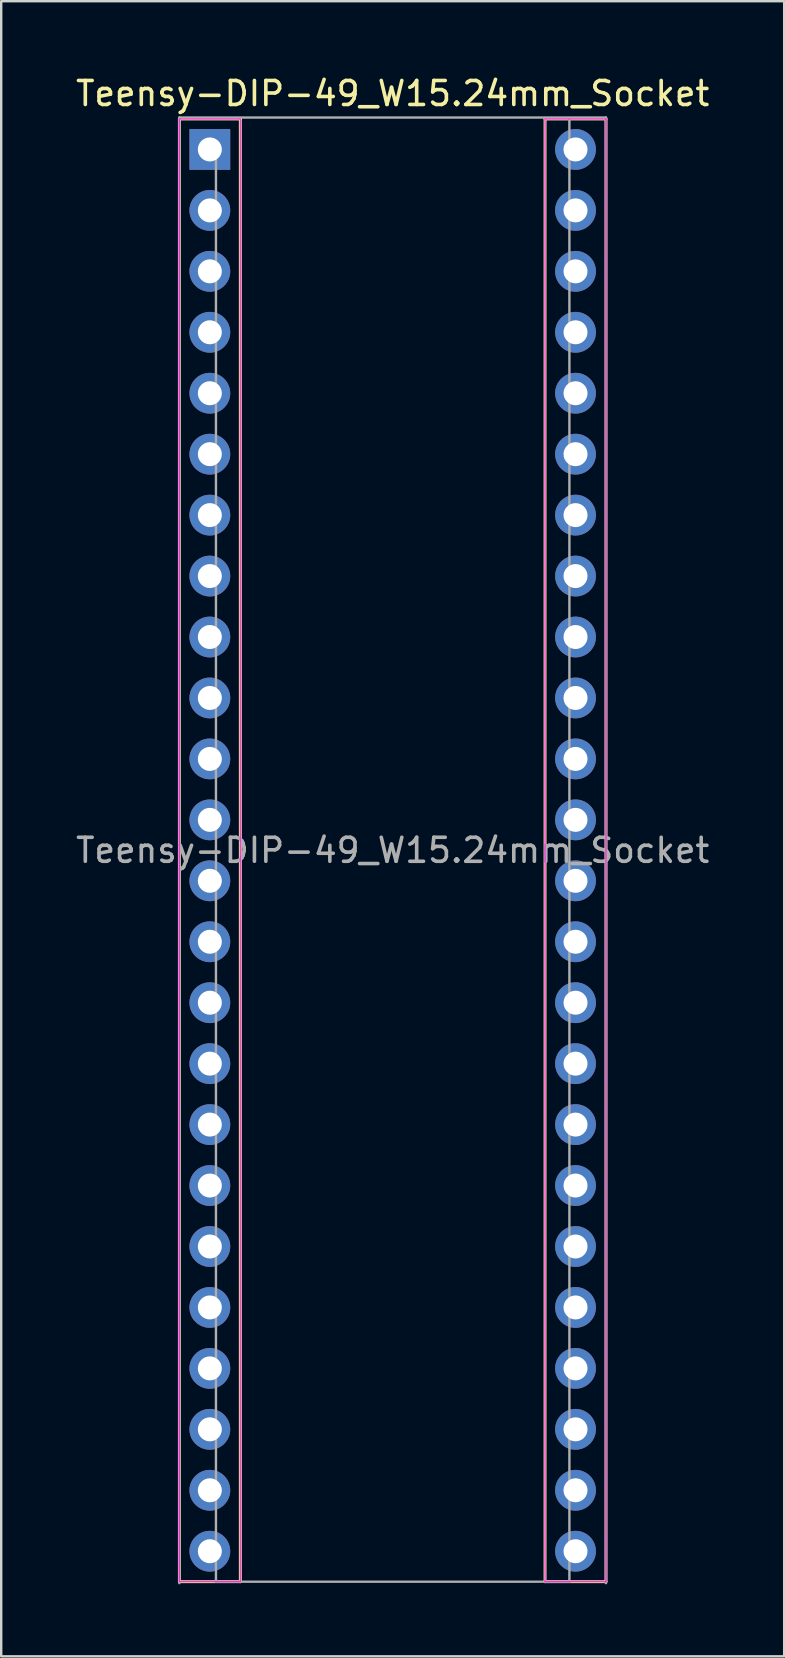
<source format=kicad_pcb>
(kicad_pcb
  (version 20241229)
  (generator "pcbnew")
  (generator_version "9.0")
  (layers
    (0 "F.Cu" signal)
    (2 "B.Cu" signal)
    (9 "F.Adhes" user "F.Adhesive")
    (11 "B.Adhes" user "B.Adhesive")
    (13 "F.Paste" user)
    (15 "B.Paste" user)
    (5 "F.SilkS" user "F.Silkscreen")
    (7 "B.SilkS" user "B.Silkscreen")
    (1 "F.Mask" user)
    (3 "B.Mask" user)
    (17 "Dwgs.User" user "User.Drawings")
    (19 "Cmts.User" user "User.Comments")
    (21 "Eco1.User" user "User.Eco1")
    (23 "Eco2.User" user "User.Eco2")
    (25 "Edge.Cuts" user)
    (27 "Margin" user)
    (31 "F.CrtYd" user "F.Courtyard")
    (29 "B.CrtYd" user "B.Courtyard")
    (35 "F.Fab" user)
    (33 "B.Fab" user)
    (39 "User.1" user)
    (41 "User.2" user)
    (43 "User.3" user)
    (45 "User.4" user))
  (footprint "Teensy-DIP-49_W15.24mm_Socket"
    (layer "F.Cu")
    (at 5.695 3.178)
    (property "Reference" "Teensy-DIP-49_W15.24mm_Socket" (at 7.62 -2.33 0) (layer "F.SilkS") (effects (font (size 1 1) (thickness 0.15))))
    (attr through_hole)
    (fp_line (start -1.27 -1.27) (end -1.27 59.69) (stroke (width 0.12) (type solid)) (layer "F.SilkS"))
    (fp_line (start -1.27 59.69) (end 1.27 59.69) (stroke (width 0.12) (type solid)) (layer "F.SilkS"))
    (fp_line (start 1.27 -1.27) (end -1.27 -1.27) (stroke (width 0.12) (type solid)) (layer "F.SilkS"))
    (fp_line (start 1.27 59.69) (end 1.27 -1.27) (stroke (width 0.12) (type solid)) (layer "F.SilkS"))
    (fp_line (start 13.97 -1.27) (end 16.51 -1.27) (stroke (width 0.12) (type solid)) (layer "F.SilkS"))
    (fp_line (start 13.97 59.69) (end 13.97 -1.27) (stroke (width 0.12) (type solid)) (layer "F.SilkS"))
    (fp_line (start 16.51 -1.27) (end 16.51 59.69) (stroke (width 0.12) (type solid)) (layer "F.SilkS"))
    (fp_line (start 16.51 59.69) (end 13.97 59.69) (stroke (width 0.12) (type solid)) (layer "F.SilkS"))
    (fp_line (start 13.97 -1.27) (end 13.97 59.69) (stroke (width 0.05) (type solid)) (layer "F.CrtYd"))
    (fp_line (start 13.97 59.69) (end 16.51 59.69) (stroke (width 0.05) (type solid)) (layer "F.CrtYd"))
    (fp_line (start 16.51 -1.27) (end 13.97 -1.27) (stroke (width 0.05) (type solid)) (layer "F.CrtYd"))
    (fp_line (start 16.51 59.69) (end 16.51 -1.27) (stroke (width 0.05) (type solid)) (layer "F.CrtYd"))
    (fp_rect (start -1.27 -1.27) (end 1.27 59.69) (stroke (width 0.05) (type solid)) (fill no) (layer "F.CrtYd"))
    (fp_line (start -1.27 -1.33) (end -1.27 59.75) (stroke (width 0.1) (type solid)) (layer "F.Fab"))
    (fp_line (start 0.255 59.69) (end 0.255 -0.27) (stroke (width 0.1) (type solid)) (layer "F.Fab"))
    (fp_line (start 14.985 -1.27) (end 14.985 59.69) (stroke (width 0.1) (type solid)) (layer "F.Fab"))
    (fp_line (start 14.985 59.69) (end 0.255 59.69) (stroke (width 0.1) (type solid)) (layer "F.Fab"))
    (fp_line (start 16.51 -1.33) (end -1.27 -1.33) (stroke (width 0.1) (type solid)) (layer "F.Fab"))
    (fp_line (start 16.51 59.75) (end 16.51 -1.33) (stroke (width 0.1) (type solid)) (layer "F.Fab"))
    (fp_text user "${REFERENCE}" (at 7.62 29.21 0) (layer "F.Fab") (effects (font (size 1 1) (thickness 0.15))))
    (pad "1" thru_hole rect (at 0 0) (size 1.7 1.7) (drill 1) (layers "*.Cu" "*.Mask"))
    (pad "2" thru_hole circle (at 0 2.54) (size 1.7 1.7) (drill 1) (layers "*.Cu" "*.Mask"))
    (pad "3" thru_hole circle (at 0 5.08) (size 1.7 1.7) (drill 1) (layers "*.Cu" "*.Mask"))
    (pad "4" thru_hole circle (at 0 7.62) (size 1.7 1.7) (drill 1) (layers "*.Cu" "*.Mask"))
    (pad "5" thru_hole circle (at 0 10.16) (size 1.7 1.7) (drill 1) (layers "*.Cu" "*.Mask"))
    (pad "6" thru_hole circle (at 0 12.7) (size 1.7 1.7) (drill 1) (layers "*.Cu" "*.Mask"))
    (pad "7" thru_hole circle (at 0 15.24) (size 1.7 1.7) (drill 1) (layers "*.Cu" "*.Mask"))
    (pad "8" thru_hole circle (at 0 17.78) (size 1.7 1.7) (drill 1) (layers "*.Cu" "*.Mask"))
    (pad "9" thru_hole circle (at 0 20.32) (size 1.7 1.7) (drill 1) (layers "*.Cu" "*.Mask"))
    (pad "10" thru_hole circle (at 0 22.86) (size 1.7 1.7) (drill 1) (layers "*.Cu" "*.Mask"))
    (pad "11" thru_hole circle (at 0 25.4) (size 1.7 1.7) (drill 1) (layers "*.Cu" "*.Mask"))
    (pad "12" thru_hole circle (at 0 27.94) (size 1.7 1.7) (drill 1) (layers "*.Cu" "*.Mask"))
    (pad "13" thru_hole circle (at 0 30.48) (size 1.7 1.7) (drill 1) (layers "*.Cu" "*.Mask"))
    (pad "14" thru_hole circle (at 0 33.02) (size 1.7 1.7) (drill 1) (layers "*.Cu" "*.Mask"))
    (pad "15" thru_hole circle (at 0 35.56) (size 1.7 1.7) (drill 1) (layers "*.Cu" "*.Mask"))
    (pad "16" thru_hole circle (at 0 38.1) (size 1.7 1.7) (drill 1) (layers "*.Cu" "*.Mask"))
    (pad "17" thru_hole circle (at 0 40.64) (size 1.7 1.7) (drill 1) (layers "*.Cu" "*.Mask"))
    (pad "18" thru_hole circle (at 0 43.18) (size 1.7 1.7) (drill 1) (layers "*.Cu" "*.Mask"))
    (pad "19" thru_hole circle (at 0 45.72) (size 1.7 1.7) (drill 1) (layers "*.Cu" "*.Mask"))
    (pad "20" thru_hole circle (at 0 48.26) (size 1.7 1.7) (drill 1) (layers "*.Cu" "*.Mask"))
    (pad "21" thru_hole circle (at 0 50.8) (size 1.7 1.7) (drill 1) (layers "*.Cu" "*.Mask"))
    (pad "22" thru_hole circle (at 0 53.34) (size 1.7 1.7) (drill 1) (layers "*.Cu" "*.Mask"))
    (pad "23" thru_hole circle (at 0 55.88) (size 1.7 1.7) (drill 1) (layers "*.Cu" "*.Mask"))
    (pad "24" thru_hole circle (at 0 58.42) (size 1.7 1.7) (drill 1) (layers "*.Cu" "*.Mask"))
    (pad "25" thru_hole circle (at 15.24 58.42) (size 1.7 1.7) (drill 1) (layers "*.Cu" "*.Mask"))
    (pad "26" thru_hole circle (at 15.24 55.88) (size 1.7 1.7) (drill 1) (layers "*.Cu" "*.Mask"))
    (pad "27" thru_hole circle (at 15.24 53.34) (size 1.7 1.7) (drill 1) (layers "*.Cu" "*.Mask"))
    (pad "28" thru_hole circle (at 15.24 50.8) (size 1.7 1.7) (drill 1) (layers "*.Cu" "*.Mask"))
    (pad "29" thru_hole circle (at 15.24 48.26) (size 1.7 1.7) (drill 1) (layers "*.Cu" "*.Mask"))
    (pad "30" thru_hole circle (at 15.24 45.72) (size 1.7 1.7) (drill 1) (layers "*.Cu" "*.Mask"))
    (pad "31" thru_hole circle (at 15.24 43.18) (size 1.7 1.7) (drill 1) (layers "*.Cu" "*.Mask"))
    (pad "32" thru_hole circle (at 15.24 40.64) (size 1.7 1.7) (drill 1) (layers "*.Cu" "*.Mask"))
    (pad "33" thru_hole circle (at 15.24 38.1) (size 1.7 1.7) (drill 1) (layers "*.Cu" "*.Mask"))
    (pad "34" thru_hole circle (at 15.24 35.56) (size 1.7 1.7) (drill 1) (layers "*.Cu" "*.Mask"))
    (pad "35" thru_hole circle (at 15.24 33.02) (size 1.7 1.7) (drill 1) (layers "*.Cu" "*.Mask"))
    (pad "36" thru_hole circle (at 15.24 30.48) (size 1.7 1.7) (drill 1) (layers "*.Cu" "*.Mask"))
    (pad "37" thru_hole circle (at 15.24 27.94) (size 1.7 1.7) (drill 1) (layers "*.Cu" "*.Mask"))
    (pad "38" thru_hole circle (at 15.24 25.4) (size 1.7 1.7) (drill 1) (layers "*.Cu" "*.Mask"))
    (pad "39" thru_hole circle (at 15.24 22.86) (size 1.7 1.7) (drill 1) (layers "*.Cu" "*.Mask"))
    (pad "40" thru_hole circle (at 15.24 20.32) (size 1.7 1.7) (drill 1) (layers "*.Cu" "*.Mask"))
    (pad "41" thru_hole circle (at 15.24 17.78) (size 1.7 1.7) (drill 1) (layers "*.Cu" "*.Mask"))
    (pad "42" thru_hole circle (at 15.24 15.24) (size 1.7 1.7) (drill 1) (layers "*.Cu" "*.Mask"))
    (pad "43" thru_hole circle (at 15.24 12.7) (size 1.7 1.7) (drill 1) (layers "*.Cu" "*.Mask"))
    (pad "44" thru_hole circle (at 15.24 10.16) (size 1.7 1.7) (drill 1) (layers "*.Cu" "*.Mask"))
    (pad "45" thru_hole circle (at 15.24 7.62) (size 1.7 1.7) (drill 1) (layers "*.Cu" "*.Mask"))
    (pad "46" thru_hole circle (at 15.24 5.08) (size 1.7 1.7) (drill 1) (layers "*.Cu" "*.Mask"))
    (pad "47" thru_hole circle (at 15.24 2.54) (size 1.7 1.7) (drill 1) (layers "*.Cu" "*.Mask"))
    (pad "48" thru_hole circle (at 15.24 0) (size 1.7 1.7) (drill 1) (layers "*.Cu" "*.Mask")))
  (gr_rect
    (start -3 -3)
    (end 29.631 65.978)
    (stroke (width 0.1) (type default))
    (fill no)
    (layer "Edge.Cuts")))
</source>
